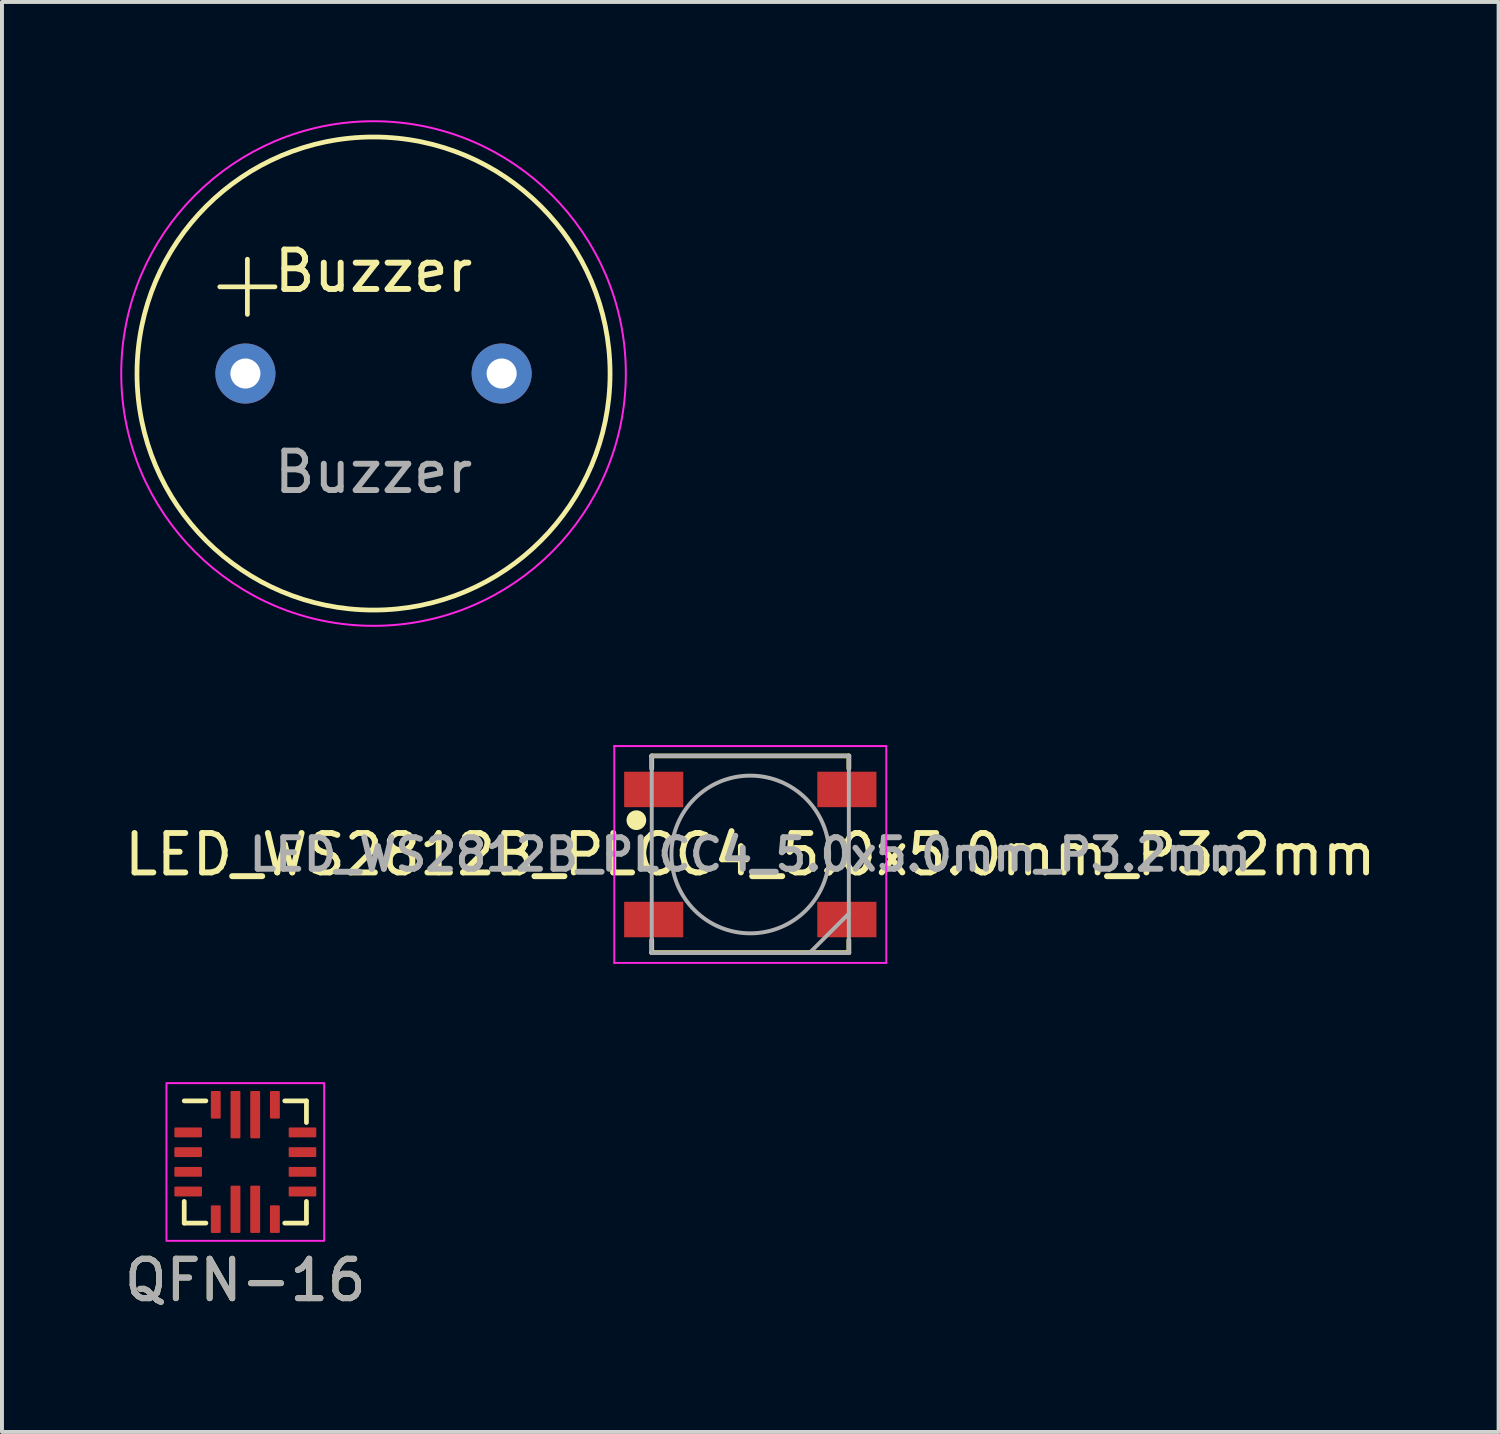
<source format=kicad_pcb>
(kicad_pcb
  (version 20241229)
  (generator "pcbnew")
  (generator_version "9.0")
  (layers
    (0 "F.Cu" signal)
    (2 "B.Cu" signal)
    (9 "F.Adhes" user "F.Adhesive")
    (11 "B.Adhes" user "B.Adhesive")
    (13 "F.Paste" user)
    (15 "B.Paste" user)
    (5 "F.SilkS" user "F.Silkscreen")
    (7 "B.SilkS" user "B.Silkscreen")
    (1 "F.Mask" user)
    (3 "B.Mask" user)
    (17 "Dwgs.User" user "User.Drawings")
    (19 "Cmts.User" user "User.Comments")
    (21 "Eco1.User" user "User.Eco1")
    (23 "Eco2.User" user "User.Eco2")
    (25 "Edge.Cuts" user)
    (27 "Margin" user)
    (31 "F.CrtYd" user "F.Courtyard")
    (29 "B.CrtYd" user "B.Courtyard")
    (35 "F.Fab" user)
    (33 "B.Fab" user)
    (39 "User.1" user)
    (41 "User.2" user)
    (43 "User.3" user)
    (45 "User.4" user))
  (footprint "QFN-16"
    (layer "F.Cu")
    (at 3.173 26.425)
    (property "Reference" "QFN-16" (at 0 3 0) (unlocked yes) (layer "F.SilkS") (effects (font (size 1 1) (thickness 0.15))))
    (attr smd)
    (fp_line (start -1.55 1.55) (end -1.55 1) (stroke (width 0.12) (type solid)) (layer "F.SilkS"))
    (fp_line (start -1.55 1.55) (end -1 1.55) (stroke (width 0.12) (type solid)) (layer "F.SilkS"))
    (fp_line (start -1 -1.55) (end -1.55 -1.55) (stroke (width 0.12) (type solid)) (layer "F.SilkS"))
    (fp_line (start 1.55 -1.55) (end 1 -1.55) (stroke (width 0.12) (type solid)) (layer "F.SilkS"))
    (fp_line (start 1.55 -1.55) (end 1.55 -1) (stroke (width 0.12) (type solid)) (layer "F.SilkS"))
    (fp_line (start 1.55 1.55) (end 1 1.55) (stroke (width 0.12) (type solid)) (layer "F.SilkS"))
    (fp_line (start 1.55 1.55) (end 1.55 1) (stroke (width 0.12) (type solid)) (layer "F.SilkS"))
    (fp_rect (start -2 -2) (end 2 2) (stroke (width 0.05) (type solid)) (fill no) (layer "F.CrtYd"))
    (fp_text user "${REFERENCE}" (at 0 3 0) (unlocked yes) (layer "F.Fab") (effects (font (size 1 1) (thickness 0.15))))
    (pad "1" smd roundrect (at -1.45 -0.75) (size 0.7 0.25) (layers "F.Cu" "F.Mask" "F.Paste") (roundrect_rratio 0.1))
    (pad "2" smd roundrect (at -1.45 -0.25) (size 0.7 0.25) (layers "F.Cu" "F.Mask" "F.Paste") (roundrect_rratio 0.1))
    (pad "3" smd roundrect (at -1.45 0.25) (size 0.7 0.25) (layers "F.Cu" "F.Mask" "F.Paste") (roundrect_rratio 0.1))
    (pad "4" smd roundrect (at -1.45 0.75) (size 0.7 0.25) (layers "F.Cu" "F.Mask" "F.Paste") (roundrect_rratio 0.1))
    (pad "5" smd roundrect (at -0.75 1.45 90) (size 0.7 0.25) (layers "F.Cu" "F.Mask" "F.Paste") (roundrect_rratio 0.1))
    (pad "6" smd roundrect (at -0.25 1.2 90) (size 1.2 0.25) (layers "F.Cu" "F.Mask" "F.Paste") (roundrect_rratio 0.1))
    (pad "7" smd roundrect (at 0.25 1.2 90) (size 1.2 0.25) (layers "F.Cu" "F.Mask" "F.Paste") (roundrect_rratio 0.1))
    (pad "8" smd roundrect (at 0.75 1.45 90) (size 0.7 0.25) (layers "F.Cu" "F.Mask" "F.Paste") (roundrect_rratio 0.1))
    (pad "9" smd roundrect (at 1.45 0.75) (size 0.7 0.25) (layers "F.Cu" "F.Mask" "F.Paste") (roundrect_rratio 0.1))
    (pad "10" smd roundrect (at 1.45 0.25) (size 0.7 0.25) (layers "F.Cu" "F.Mask" "F.Paste") (roundrect_rratio 0.1))
    (pad "11" smd roundrect (at 1.45 -0.25) (size 0.7 0.25) (layers "F.Cu" "F.Mask" "F.Paste") (roundrect_rratio 0.1))
    (pad "12" smd roundrect (at 1.45 -0.75) (size 0.7 0.25) (layers "F.Cu" "F.Mask" "F.Paste") (roundrect_rratio 0.1))
    (pad "13" smd roundrect (at 0.75 -1.45 270) (size 0.7 0.25) (layers "F.Cu" "F.Mask" "F.Paste") (roundrect_rratio 0.1))
    (pad "14" smd roundrect (at 0.25 -1.2 270) (size 1.2 0.25) (layers "F.Cu" "F.Mask" "F.Paste") (roundrect_rratio 0.1))
    (pad "15" smd roundrect (at -0.25 -1.2 270) (size 1.2 0.25) (layers "F.Cu" "F.Mask" "F.Paste") (roundrect_rratio 0.1))
    (pad "16" smd roundrect (at -0.75 -1.45 270) (size 0.7 0.25) (layers "F.Cu" "F.Mask" "F.Paste") (roundrect_rratio 0.1)))
  (footprint "Buzzer"
    (layer "F.Cu")
    (at 6.425 6.425)
    (property "Reference" "Buzzer" (at 0 -2.6 0) (unlocked yes) (layer "F.SilkS") (effects (font (size 1 1) (thickness 0.15))))
    (attr through_hole)
    (fp_line (start -3.9 -2.2) (end -2.5 -2.2) (stroke (width 0.12) (type solid)) (layer "F.SilkS"))
    (fp_line (start -3.2 -2.9) (end -3.2 -1.5) (stroke (width 0.12) (type solid)) (layer "F.SilkS"))
    (fp_circle (center 0 0) (end 6 0) (stroke (width 0.12) (type solid)) (fill no) (layer "F.SilkS"))
    (fp_circle (center 0 0) (end 6.4 0) (stroke (width 0.05) (type solid)) (fill no) (layer "F.CrtYd"))
    (fp_text user "${REFERENCE}" (at 0 2.5 0) (unlocked yes) (layer "F.Fab") (effects (font (size 1 1) (thickness 0.15))))
    (pad "1" thru_hole circle (at -3.25 0) (size 1.524 1.524) (drill 0.762) (layers "*.Cu" "*.Mask"))
    (pad "2" thru_hole circle (at 3.25 0) (size 1.524 1.524) (drill 0.762) (layers "*.Cu" "*.Mask")))
  (footprint "LED_WS2812B_PLCC4_5.0x5.0mm_P3.2mm"
    (layer "F.Cu")
    (at 15.982 18.625)
    (property "Reference" "LED_WS2812B_PLCC4_5.0x5.0mm_P3.2mm" (at 0 0 0) (layer "F.SilkS") (effects (font (size 1 1) (thickness 0.15))))
    (attr smd)
    (fp_line (start -2.5 -2.5) (end -2.5 -2.18) (stroke (width 0.12) (type solid)) (layer "F.SilkS"))
    (fp_line (start -2.5 -2.5) (end 2.5 -2.5) (stroke (width 0.12) (type solid)) (layer "F.SilkS"))
    (fp_line (start -2.5 2.49) (end -2.5 2.17) (stroke (width 0.12) (type solid)) (layer "F.SilkS"))
    (fp_line (start -2.5 2.49) (end 2.5 2.49) (stroke (width 0.12) (type solid)) (layer "F.SilkS"))
    (fp_line (start 2.5 -2.5) (end 2.5 -2.18) (stroke (width 0.12) (type solid)) (layer "F.SilkS"))
    (fp_line (start 2.5 2.49) (end 2.5 2.17) (stroke (width 0.12) (type solid)) (layer "F.SilkS"))
    (fp_circle (center -2.89 -0.87) (end -2.69 -0.87) (stroke (width 0.1) (type solid)) (fill yes) (layer "F.SilkS"))
    (fp_line (start -3.45 -2.75) (end -3.45 2.75) (stroke (width 0.05) (type solid)) (layer "F.CrtYd"))
    (fp_line (start -3.45 2.75) (end 3.45 2.75) (stroke (width 0.05) (type solid)) (layer "F.CrtYd"))
    (fp_line (start 3.45 -2.75) (end -3.45 -2.75) (stroke (width 0.05) (type solid)) (layer "F.CrtYd"))
    (fp_line (start 3.45 2.75) (end 3.45 -2.75) (stroke (width 0.05) (type solid)) (layer "F.CrtYd"))
    (fp_line (start -2.5 -2.5) (end -2.5 2.5) (stroke (width 0.1) (type solid)) (layer "F.Fab"))
    (fp_line (start -2.5 2.5) (end 2.5 2.5) (stroke (width 0.1) (type solid)) (layer "F.Fab"))
    (fp_line (start 2.5 -2.5) (end -2.5 -2.5) (stroke (width 0.1) (type solid)) (layer "F.Fab"))
    (fp_line (start 2.5 1.5) (end 1.5 2.5) (stroke (width 0.1) (type solid)) (layer "F.Fab"))
    (fp_line (start 2.5 2.5) (end 2.5 -2.5) (stroke (width 0.1) (type solid)) (layer "F.Fab"))
    (fp_circle (center 0 0) (end 0 -2) (stroke (width 0.1) (type solid)) (fill no) (layer "F.Fab"))
    (fp_text user "${REFERENCE}" (at 0 0 0) (layer "F.Fab") (effects (font (size 0.8 0.8) (thickness 0.15))))
    (pad "1" smd rect (at -2.45 -1.65) (size 1.5 0.9) (layers "F.Cu" "F.Mask" "F.Paste"))
    (pad "2" smd rect (at -2.45 1.65) (size 1.5 0.9) (layers "F.Cu" "F.Mask" "F.Paste"))
    (pad "3" smd rect (at 2.45 1.65) (size 1.5 0.9) (layers "F.Cu" "F.Mask" "F.Paste"))
    (pad "4" smd rect (at 2.45 -1.65) (size 1.5 0.9) (layers "F.Cu" "F.Mask" "F.Paste")))
  (gr_rect
    (start -3 -3)
    (end 34.964 33.273)
    (stroke (width 0.1) (type default))
    (fill no)
    (layer "Edge.Cuts")))
</source>
